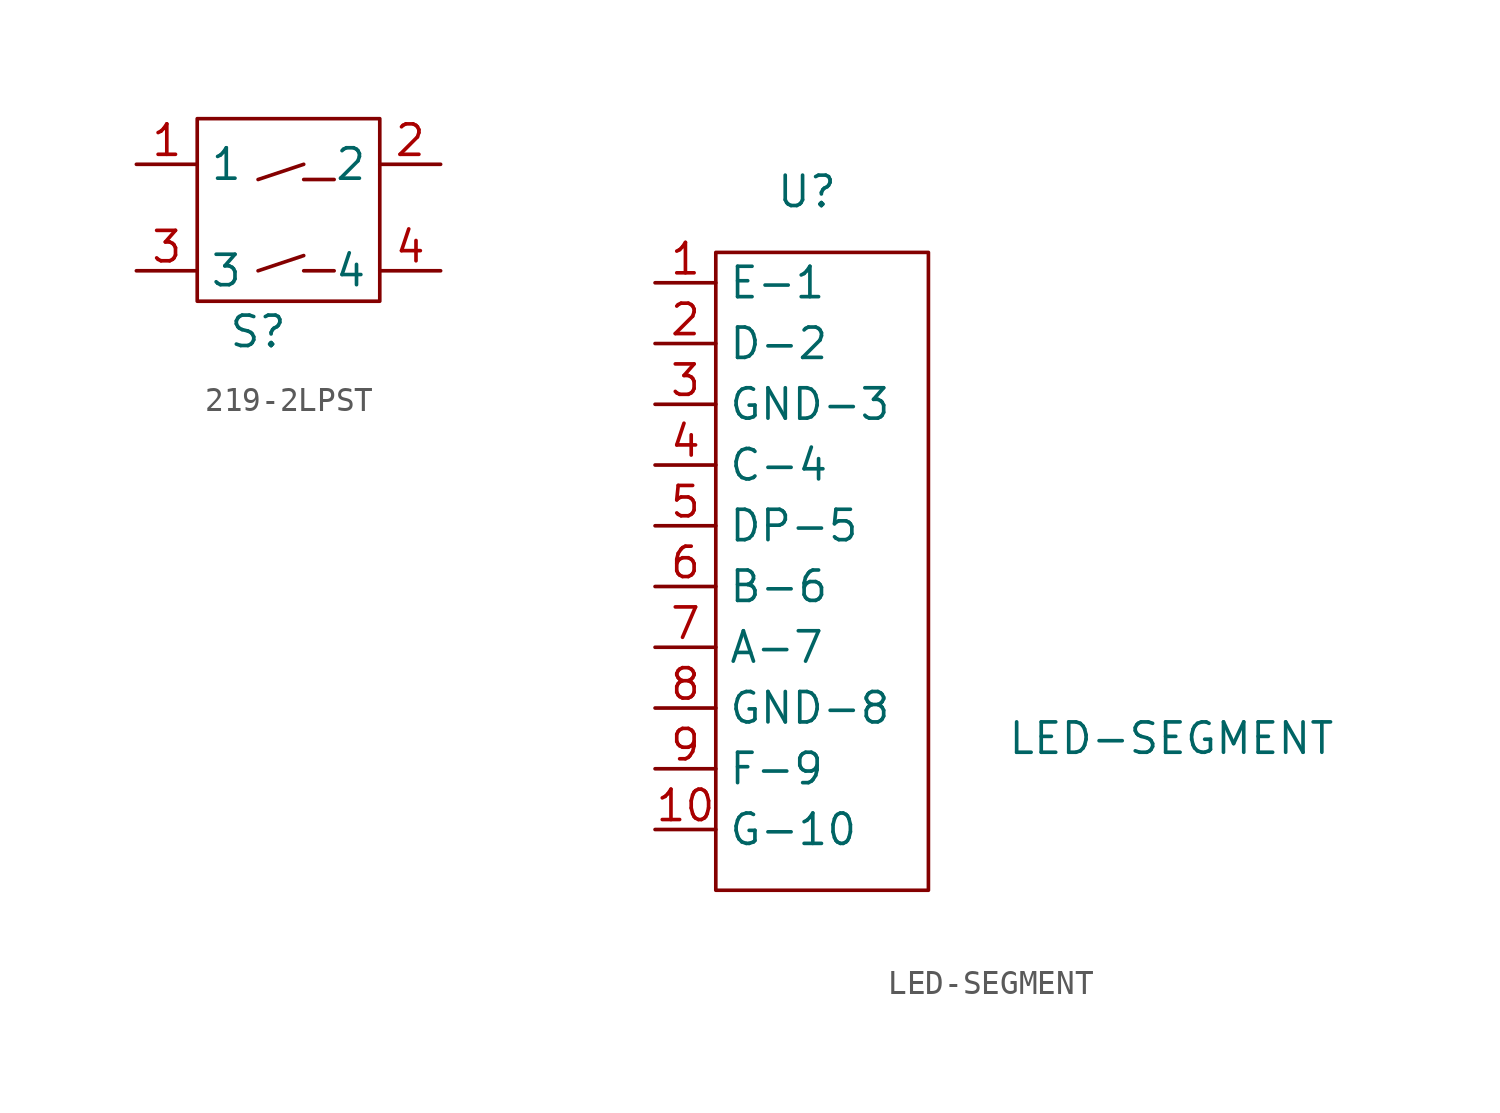
<source format=kicad_sym>
(kicad_symbol_lib
  (version 20220914)
  (generator kicad_symbol_editor)
  (symbol "219-2LPST"
    (property "Reference" "S"
      (at -1.27 -5.08 0)
      (effects (font (size 1.27 1.27))))
    (property "Value" ""
      (at 0 0 0)
      (effects (font (size 1.27 1.27))))
    (symbol "219-2LPST_0_1"
      (rectangle (start -3.81 3.81) (end 3.81 -3.81) (stroke (width 0) (type default)) (fill (type none)))
      (polyline (pts (xy 0.635 -2.54) (xy 1.905 -2.54)) (stroke (width 0) (type default)) (fill (type none)))
      (polyline (pts (xy 0.635 1.27) (xy 1.905 1.27)) (stroke (width 0) (type default)) (fill (type none)))
      (polyline (pts (xy -1.27 -2.54) (xy 0.635 -1.905) (xy 0.635 -1.905)) (stroke (width 0) (type default)) (fill (type none)))
      (polyline (pts (xy -1.27 1.27) (xy 0.635 1.905) (xy 0.635 1.905)) (stroke (width 0) (type default)) (fill (type none))))
    (symbol "219-2LPST_1_1"
      (pin input line (at -6.35 1.905 0) (length 2.54) (name "1" (effects (font (size 1.27 1.27)))) (number "1" (effects (font (size 1.27 1.27)))))
      (pin input line (at 6.35 1.905 180) (length 2.54) (name "2" (effects (font (size 1.27 1.27)))) (number "2" (effects (font (size 1.27 1.27)))))
      (pin input line (at -6.35 -2.54 0) (length 2.54) (name "3" (effects (font (size 1.27 1.27)))) (number "3" (effects (font (size 1.27 1.27)))))
      (pin input line (at 6.35 -2.54 180) (length 2.54) (name "4" (effects (font (size 1.27 1.27)))) (number "4" (effects (font (size 1.27 1.27)))))))
  (symbol "LED-SEGMENT"
    (property "Reference" "U"
      (at 0 16.51 0)
      (effects (font (size 1.27 1.27))))
    (property "Value" "LED-SEGMENT"
      (at 15.24 -6.35 0)
      (effects (font (size 1.27 1.27))))
    (symbol "LED-SEGMENT_0_1"
      (rectangle (start -3.81 13.97) (end 5.08 -12.7) (stroke (width 0) (type default)) (fill (type none))))
    (symbol "LED-SEGMENT_1_1"
      (pin input line (at -6.35 12.7 0) (length 2.54) (name "E-1" (effects (font (size 1.27 1.27)))) (number "1" (effects (font (size 1.27 1.27)))))
      (pin input line (at -6.35 -10.16 0) (length 2.54) (name "G-10" (effects (font (size 1.27 1.27)))) (number "10" (effects (font (size 1.27 1.27)))))
      (pin input line (at -6.35 10.16 0) (length 2.54) (name "D-2" (effects (font (size 1.27 1.27)))) (number "2" (effects (font (size 1.27 1.27)))))
      (pin input line (at -6.35 7.62 0) (length 2.54) (name "GND-3" (effects (font (size 1.27 1.27)))) (number "3" (effects (font (size 1.27 1.27)))))
      (pin input line (at -6.35 5.08 0) (length 2.54) (name "C-4" (effects (font (size 1.27 1.27)))) (number "4" (effects (font (size 1.27 1.27)))))
      (pin input line (at -6.35 2.54 0) (length 2.54) (name "DP-5" (effects (font (size 1.27 1.27)))) (number "5" (effects (font (size 1.27 1.27)))))
      (pin input line (at -6.35 0 0) (length 2.54) (name "B-6" (effects (font (size 1.27 1.27)))) (number "6" (effects (font (size 1.27 1.27)))))
      (pin input line (at -6.35 -2.54 0) (length 2.54) (name "A-7" (effects (font (size 1.27 1.27)))) (number "7" (effects (font (size 1.27 1.27)))))
      (pin input line (at -6.35 -5.08 0) (length 2.54) (name "GND-8" (effects (font (size 1.27 1.27)))) (number "8" (effects (font (size 1.27 1.27)))))
      (pin input line (at -6.35 -7.62 0) (length 2.54) (name "F-9" (effects (font (size 1.27 1.27)))) (number "9" (effects (font (size 1.27 1.27))))))))
</source>
